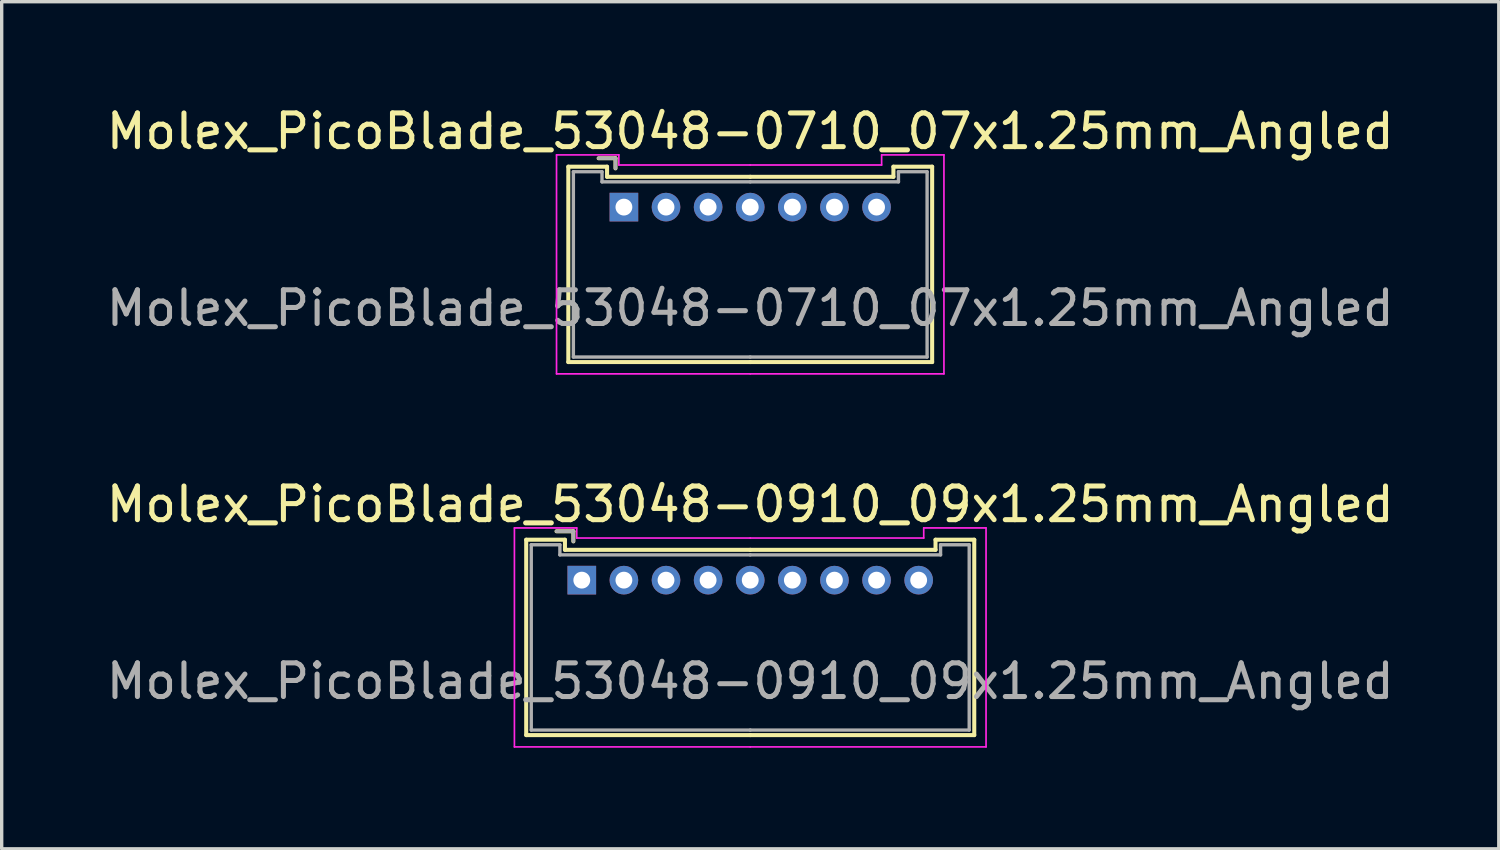
<source format=kicad_pcb>
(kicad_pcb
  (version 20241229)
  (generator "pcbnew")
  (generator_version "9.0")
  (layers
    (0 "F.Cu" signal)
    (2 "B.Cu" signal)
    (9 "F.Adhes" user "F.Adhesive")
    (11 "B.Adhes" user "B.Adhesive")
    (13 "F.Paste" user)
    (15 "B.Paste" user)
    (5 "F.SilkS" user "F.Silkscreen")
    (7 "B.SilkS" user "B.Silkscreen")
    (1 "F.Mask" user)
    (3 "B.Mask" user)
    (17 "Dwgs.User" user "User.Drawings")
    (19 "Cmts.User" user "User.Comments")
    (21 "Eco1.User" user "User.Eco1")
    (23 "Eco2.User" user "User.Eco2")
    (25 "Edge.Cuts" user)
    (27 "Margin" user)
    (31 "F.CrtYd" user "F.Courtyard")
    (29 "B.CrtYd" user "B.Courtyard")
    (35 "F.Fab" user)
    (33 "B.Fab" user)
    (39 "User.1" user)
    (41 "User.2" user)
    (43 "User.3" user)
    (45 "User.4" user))
  (footprint "Molex_PicoBlade_53048-0710_07x1.25mm_Angled"
    (layer "F.Cu")
    (at 15.47 3.098)
    (property "Reference" "Molex_PicoBlade_53048-0710_07x1.25mm_Angled" (at 3.75 -2.25 0) (layer "F.SilkS") (effects (font (size 1 1) (thickness 0.15))))
    (attr through_hole)
    (fp_line (start -1.65 -1.2) (end -1.65 4.6) (stroke (width 0.12) (type solid)) (layer "F.SilkS"))
    (fp_line (start -1.65 4.6) (end 3.75 4.6) (stroke (width 0.12) (type solid)) (layer "F.SilkS"))
    (fp_line (start -0.5 -1.2) (end -1.65 -1.2) (stroke (width 0.12) (type solid)) (layer "F.SilkS"))
    (fp_line (start -0.5 -0.9) (end -0.5 -1.2) (stroke (width 0.12) (type solid)) (layer "F.SilkS"))
    (fp_line (start -0.25 -1.45) (end -0.75 -1.45) (stroke (width 0.12) (type solid)) (layer "F.SilkS"))
    (fp_line (start -0.25 -1.15) (end -0.25 -1.45) (stroke (width 0.12) (type solid)) (layer "F.SilkS"))
    (fp_line (start 3.75 -0.9) (end -0.5 -0.9) (stroke (width 0.12) (type solid)) (layer "F.SilkS"))
    (fp_line (start 3.75 -0.9) (end 8 -0.9) (stroke (width 0.12) (type solid)) (layer "F.SilkS"))
    (fp_line (start 8 -1.2) (end 9.15 -1.2) (stroke (width 0.12) (type solid)) (layer "F.SilkS"))
    (fp_line (start 8 -0.9) (end 8 -1.2) (stroke (width 0.12) (type solid)) (layer "F.SilkS"))
    (fp_line (start 9.15 -1.2) (end 9.15 4.6) (stroke (width 0.12) (type solid)) (layer "F.SilkS"))
    (fp_line (start 9.15 4.6) (end 3.75 4.6) (stroke (width 0.12) (type solid)) (layer "F.SilkS"))
    (fp_line (start -2 -1.55) (end -2 4.95) (stroke (width 0.05) (type solid)) (layer "F.CrtYd"))
    (fp_line (start -2 4.95) (end 3.75 4.95) (stroke (width 0.05) (type solid)) (layer "F.CrtYd"))
    (fp_line (start -0.15 -1.55) (end -2 -1.55) (stroke (width 0.05) (type solid)) (layer "F.CrtYd"))
    (fp_line (start -0.15 -1.25) (end -0.15 -1.55) (stroke (width 0.05) (type solid)) (layer "F.CrtYd"))
    (fp_line (start 3.75 -1.25) (end -0.15 -1.25) (stroke (width 0.05) (type solid)) (layer "F.CrtYd"))
    (fp_line (start 3.75 -1.25) (end 7.65 -1.25) (stroke (width 0.05) (type solid)) (layer "F.CrtYd"))
    (fp_line (start 7.65 -1.55) (end 9.5 -1.55) (stroke (width 0.05) (type solid)) (layer "F.CrtYd"))
    (fp_line (start 7.65 -1.25) (end 7.65 -1.55) (stroke (width 0.05) (type solid)) (layer "F.CrtYd"))
    (fp_line (start 9.5 -1.55) (end 9.5 4.95) (stroke (width 0.05) (type solid)) (layer "F.CrtYd"))
    (fp_line (start 9.5 4.95) (end 3.75 4.95) (stroke (width 0.05) (type solid)) (layer "F.CrtYd"))
    (fp_line (start -1.5 -1.05) (end -1.5 4.45) (stroke (width 0.1) (type solid)) (layer "F.Fab"))
    (fp_line (start -1.5 4.45) (end 3.75 4.45) (stroke (width 0.1) (type solid)) (layer "F.Fab"))
    (fp_line (start -0.65 -1.05) (end -1.5 -1.05) (stroke (width 0.1) (type solid)) (layer "F.Fab"))
    (fp_line (start -0.65 -0.75) (end -0.65 -1.05) (stroke (width 0.1) (type solid)) (layer "F.Fab"))
    (fp_line (start -0.25 -1.45) (end -0.75 -1.45) (stroke (width 0.1) (type solid)) (layer "F.Fab"))
    (fp_line (start -0.25 -1.15) (end -0.25 -1.45) (stroke (width 0.1) (type solid)) (layer "F.Fab"))
    (fp_line (start 3.75 -0.75) (end -0.65 -0.75) (stroke (width 0.1) (type solid)) (layer "F.Fab"))
    (fp_line (start 3.75 -0.75) (end 8.15 -0.75) (stroke (width 0.1) (type solid)) (layer "F.Fab"))
    (fp_line (start 8.15 -1.05) (end 9 -1.05) (stroke (width 0.1) (type solid)) (layer "F.Fab"))
    (fp_line (start 8.15 -0.75) (end 8.15 -1.05) (stroke (width 0.1) (type solid)) (layer "F.Fab"))
    (fp_line (start 9 -1.05) (end 9 4.45) (stroke (width 0.1) (type solid)) (layer "F.Fab"))
    (fp_line (start 9 4.45) (end 3.75 4.45) (stroke (width 0.1) (type solid)) (layer "F.Fab"))
    (fp_text user "${REFERENCE}" (at 3.75 3 0) (layer "F.Fab") (effects (font (size 1 1) (thickness 0.15))))
    (pad "1" thru_hole rect (at 0 0) (size 0.85 0.85) (drill 0.5) (layers "*.Cu" "*.Mask"))
    (pad "2" thru_hole circle (at 1.25 0) (size 0.85 0.85) (drill 0.5) (layers "*.Cu" "*.Mask"))
    (pad "3" thru_hole circle (at 2.5 0) (size 0.85 0.85) (drill 0.5) (layers "*.Cu" "*.Mask"))
    (pad "4" thru_hole circle (at 3.75 0) (size 0.85 0.85) (drill 0.5) (layers "*.Cu" "*.Mask"))
    (pad "5" thru_hole circle (at 5 0) (size 0.85 0.85) (drill 0.5) (layers "*.Cu" "*.Mask"))
    (pad "6" thru_hole circle (at 6.25 0) (size 0.85 0.85) (drill 0.5) (layers "*.Cu" "*.Mask"))
    (pad "7" thru_hole circle (at 7.5 0) (size 0.85 0.85) (drill 0.5) (layers "*.Cu" "*.Mask")))
  (footprint "Molex_PicoBlade_53048-0910_09x1.25mm_Angled"
    (layer "F.Cu")
    (at 14.22 14.171)
    (property "Reference" "Molex_PicoBlade_53048-0910_09x1.25mm_Angled" (at 5 -2.25 0) (layer "F.SilkS") (effects (font (size 1 1) (thickness 0.15))))
    (attr through_hole)
    (fp_line (start -1.65 -1.2) (end -1.65 4.6) (stroke (width 0.12) (type solid)) (layer "F.SilkS"))
    (fp_line (start -1.65 4.6) (end 5 4.6) (stroke (width 0.12) (type solid)) (layer "F.SilkS"))
    (fp_line (start -0.5 -1.2) (end -1.65 -1.2) (stroke (width 0.12) (type solid)) (layer "F.SilkS"))
    (fp_line (start -0.5 -0.9) (end -0.5 -1.2) (stroke (width 0.12) (type solid)) (layer "F.SilkS"))
    (fp_line (start -0.25 -1.45) (end -0.75 -1.45) (stroke (width 0.12) (type solid)) (layer "F.SilkS"))
    (fp_line (start -0.25 -1.15) (end -0.25 -1.45) (stroke (width 0.12) (type solid)) (layer "F.SilkS"))
    (fp_line (start 5 -0.9) (end -0.5 -0.9) (stroke (width 0.12) (type solid)) (layer "F.SilkS"))
    (fp_line (start 5 -0.9) (end 10.5 -0.9) (stroke (width 0.12) (type solid)) (layer "F.SilkS"))
    (fp_line (start 10.5 -1.2) (end 11.65 -1.2) (stroke (width 0.12) (type solid)) (layer "F.SilkS"))
    (fp_line (start 10.5 -0.9) (end 10.5 -1.2) (stroke (width 0.12) (type solid)) (layer "F.SilkS"))
    (fp_line (start 11.65 -1.2) (end 11.65 4.6) (stroke (width 0.12) (type solid)) (layer "F.SilkS"))
    (fp_line (start 11.65 4.6) (end 5 4.6) (stroke (width 0.12) (type solid)) (layer "F.SilkS"))
    (fp_line (start -2 -1.55) (end -2 4.95) (stroke (width 0.05) (type solid)) (layer "F.CrtYd"))
    (fp_line (start -2 4.95) (end 5 4.95) (stroke (width 0.05) (type solid)) (layer "F.CrtYd"))
    (fp_line (start -0.15 -1.55) (end -2 -1.55) (stroke (width 0.05) (type solid)) (layer "F.CrtYd"))
    (fp_line (start -0.15 -1.25) (end -0.15 -1.55) (stroke (width 0.05) (type solid)) (layer "F.CrtYd"))
    (fp_line (start 5 -1.25) (end -0.15 -1.25) (stroke (width 0.05) (type solid)) (layer "F.CrtYd"))
    (fp_line (start 5 -1.25) (end 10.15 -1.25) (stroke (width 0.05) (type solid)) (layer "F.CrtYd"))
    (fp_line (start 10.15 -1.55) (end 12 -1.55) (stroke (width 0.05) (type solid)) (layer "F.CrtYd"))
    (fp_line (start 10.15 -1.25) (end 10.15 -1.55) (stroke (width 0.05) (type solid)) (layer "F.CrtYd"))
    (fp_line (start 12 -1.55) (end 12 4.95) (stroke (width 0.05) (type solid)) (layer "F.CrtYd"))
    (fp_line (start 12 4.95) (end 5 4.95) (stroke (width 0.05) (type solid)) (layer "F.CrtYd"))
    (fp_line (start -1.5 -1.05) (end -1.5 4.45) (stroke (width 0.1) (type solid)) (layer "F.Fab"))
    (fp_line (start -1.5 4.45) (end 5 4.45) (stroke (width 0.1) (type solid)) (layer "F.Fab"))
    (fp_line (start -0.65 -1.05) (end -1.5 -1.05) (stroke (width 0.1) (type solid)) (layer "F.Fab"))
    (fp_line (start -0.65 -0.75) (end -0.65 -1.05) (stroke (width 0.1) (type solid)) (layer "F.Fab"))
    (fp_line (start -0.25 -1.45) (end -0.75 -1.45) (stroke (width 0.1) (type solid)) (layer "F.Fab"))
    (fp_line (start -0.25 -1.15) (end -0.25 -1.45) (stroke (width 0.1) (type solid)) (layer "F.Fab"))
    (fp_line (start 5 -0.75) (end -0.65 -0.75) (stroke (width 0.1) (type solid)) (layer "F.Fab"))
    (fp_line (start 5 -0.75) (end 10.65 -0.75) (stroke (width 0.1) (type solid)) (layer "F.Fab"))
    (fp_line (start 10.65 -1.05) (end 11.5 -1.05) (stroke (width 0.1) (type solid)) (layer "F.Fab"))
    (fp_line (start 10.65 -0.75) (end 10.65 -1.05) (stroke (width 0.1) (type solid)) (layer "F.Fab"))
    (fp_line (start 11.5 -1.05) (end 11.5 4.45) (stroke (width 0.1) (type solid)) (layer "F.Fab"))
    (fp_line (start 11.5 4.45) (end 5 4.45) (stroke (width 0.1) (type solid)) (layer "F.Fab"))
    (fp_text user "${REFERENCE}" (at 5 3 0) (layer "F.Fab") (effects (font (size 1 1) (thickness 0.15))))
    (pad "1" thru_hole rect (at 0 0) (size 0.85 0.85) (drill 0.5) (layers "*.Cu" "*.Mask"))
    (pad "2" thru_hole circle (at 1.25 0) (size 0.85 0.85) (drill 0.5) (layers "*.Cu" "*.Mask"))
    (pad "3" thru_hole circle (at 2.5 0) (size 0.85 0.85) (drill 0.5) (layers "*.Cu" "*.Mask"))
    (pad "4" thru_hole circle (at 3.75 0) (size 0.85 0.85) (drill 0.5) (layers "*.Cu" "*.Mask"))
    (pad "5" thru_hole circle (at 5 0) (size 0.85 0.85) (drill 0.5) (layers "*.Cu" "*.Mask"))
    (pad "6" thru_hole circle (at 6.25 0) (size 0.85 0.85) (drill 0.5) (layers "*.Cu" "*.Mask"))
    (pad "7" thru_hole circle (at 7.5 0) (size 0.85 0.85) (drill 0.5) (layers "*.Cu" "*.Mask"))
    (pad "8" thru_hole circle (at 8.75 0) (size 0.85 0.85) (drill 0.5) (layers "*.Cu" "*.Mask"))
    (pad "9" thru_hole circle (at 10 0) (size 0.85 0.85) (drill 0.5) (layers "*.Cu" "*.Mask")))
  (gr_rect
    (start -3 -3)
    (end 41.44 22.146)
    (stroke (width 0.1) (type default))
    (fill no)
    (layer "Edge.Cuts")))
</source>
